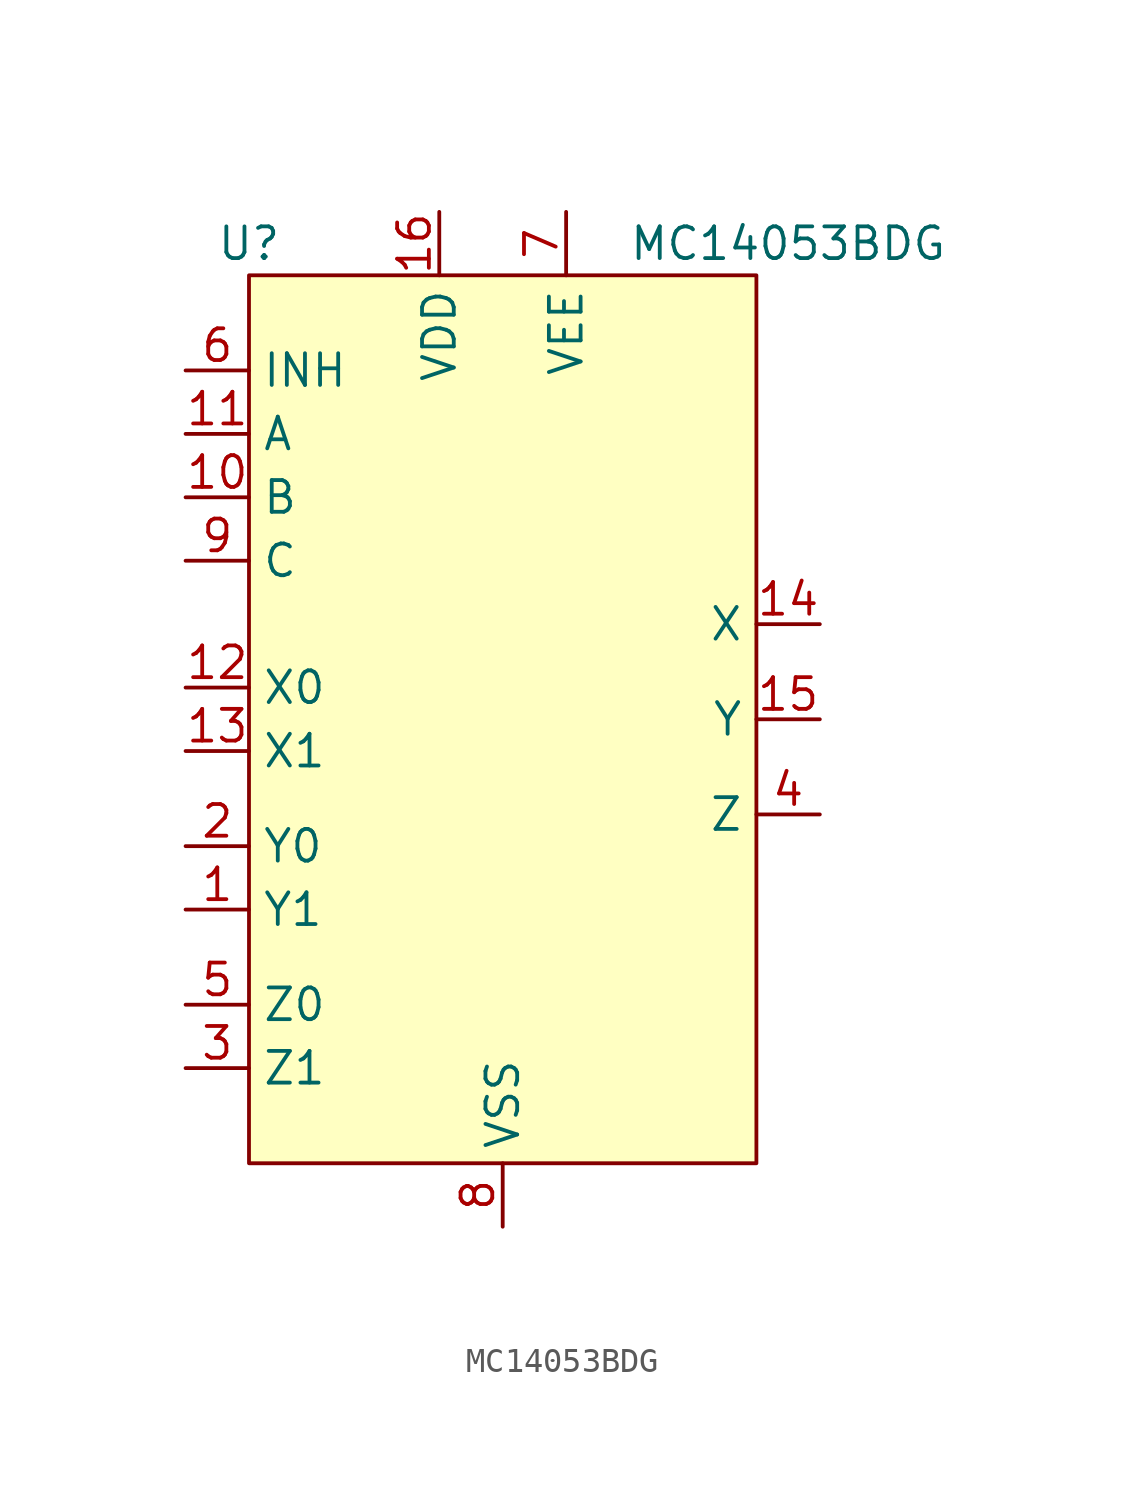
<source format=kicad_sym>
(kicad_symbol_lib
  (version 20210619)
  (generator kicad_symbol_editor)
  (symbol "MC14053BDG"
    (property "Reference" "U"
      (at -10.16 19.05 0)
      (effects (font (size 1.27 1.27))))
    (property "Value" "MC14053BDG"
      (at 11.43 19.05 0)
      (effects (font (size 1.27 1.27))))
    (symbol "MC14053BDG_0_1"
      (rectangle (start -10.16 17.78) (end 10.16 -17.78) (stroke (width 0)) (fill (type background))))
    (symbol "MC14053BDG_1_1"
      (pin input line (at -12.7 -7.62 0) (length 2.54) (name "Y1" (effects (font (size 1.27 1.27)))) (number "1" (effects (font (size 1.27 1.27)))))
      (pin input line (at -12.7 8.89 0) (length 2.54) (name "B" (effects (font (size 1.27 1.27)))) (number "10" (effects (font (size 1.27 1.27)))))
      (pin input line (at -12.7 11.43 0) (length 2.54) (name "A" (effects (font (size 1.27 1.27)))) (number "11" (effects (font (size 1.27 1.27)))))
      (pin input line (at -12.7 1.27 0) (length 2.54) (name "X0" (effects (font (size 1.27 1.27)))) (number "12" (effects (font (size 1.27 1.27)))))
      (pin input line (at -12.7 -1.27 0) (length 2.54) (name "X1" (effects (font (size 1.27 1.27)))) (number "13" (effects (font (size 1.27 1.27)))))
      (pin output line (at 12.7 3.81 180) (length 2.54) (name "X" (effects (font (size 1.27 1.27)))) (number "14" (effects (font (size 1.27 1.27)))))
      (pin output line (at 12.7 0 180) (length 2.54) (name "Y" (effects (font (size 1.27 1.27)))) (number "15" (effects (font (size 1.27 1.27)))))
      (pin power_in line (at -2.54 20.32 270) (length 2.54) (name "VDD" (effects (font (size 1.27 1.27)))) (number "16" (effects (font (size 1.27 1.27)))))
      (pin input line (at -12.7 -5.08 0) (length 2.54) (name "Y0" (effects (font (size 1.27 1.27)))) (number "2" (effects (font (size 1.27 1.27)))))
      (pin input line (at -12.7 -13.97 0) (length 2.54) (name "Z1" (effects (font (size 1.27 1.27)))) (number "3" (effects (font (size 1.27 1.27)))))
      (pin output line (at 12.7 -3.81 180) (length 2.54) (name "Z" (effects (font (size 1.27 1.27)))) (number "4" (effects (font (size 1.27 1.27)))))
      (pin input line (at -12.7 -11.43 0) (length 2.54) (name "Z0" (effects (font (size 1.27 1.27)))) (number "5" (effects (font (size 1.27 1.27)))))
      (pin input line (at -12.7 13.97 0) (length 2.54) (name "INH" (effects (font (size 1.27 1.27)))) (number "6" (effects (font (size 1.27 1.27)))))
      (pin power_in line (at 2.54 20.32 270) (length 2.54) (name "VEE" (effects (font (size 1.27 1.27)))) (number "7" (effects (font (size 1.27 1.27)))))
      (pin power_out line (at 0 -20.32 90) (length 2.54) (name "VSS" (effects (font (size 1.27 1.27)))) (number "8" (effects (font (size 1.27 1.27)))))
      (pin input line (at -12.7 6.35 0) (length 2.54) (name "C" (effects (font (size 1.27 1.27)))) (number "9" (effects (font (size 1.27 1.27))))))))
</source>
